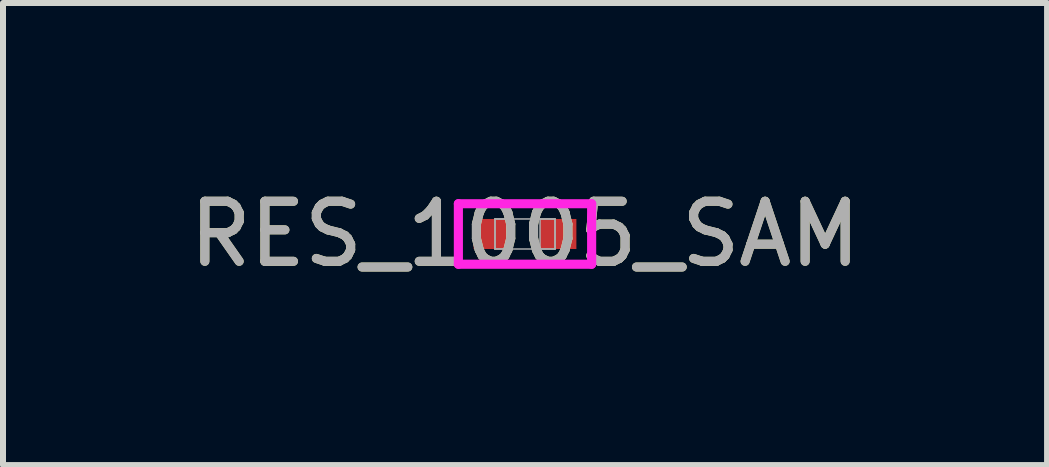
<source format=kicad_pcb>
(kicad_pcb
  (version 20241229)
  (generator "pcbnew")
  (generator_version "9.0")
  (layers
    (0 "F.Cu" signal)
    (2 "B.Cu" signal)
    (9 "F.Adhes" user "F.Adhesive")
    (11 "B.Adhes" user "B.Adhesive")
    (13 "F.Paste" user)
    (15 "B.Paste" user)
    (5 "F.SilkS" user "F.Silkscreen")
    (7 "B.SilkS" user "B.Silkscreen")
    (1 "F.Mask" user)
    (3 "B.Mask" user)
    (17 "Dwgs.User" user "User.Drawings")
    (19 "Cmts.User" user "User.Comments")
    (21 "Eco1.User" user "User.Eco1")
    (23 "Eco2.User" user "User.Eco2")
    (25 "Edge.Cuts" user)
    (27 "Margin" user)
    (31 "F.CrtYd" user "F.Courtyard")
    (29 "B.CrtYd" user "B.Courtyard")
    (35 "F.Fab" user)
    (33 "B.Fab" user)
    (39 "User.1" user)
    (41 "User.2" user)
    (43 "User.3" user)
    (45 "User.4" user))
  (footprint "RES_1005_SAM"
    (layer "F.Cu")
    (at 5.696 0.848)
    (property "Reference" "RES_1005_SAM" (at 0 0 0) (unlocked yes) (layer "F.SilkS") (effects (font (size 1 1) (thickness 0.15))))
    (attr smd)
    (fp_line (start -1.11 -0.504) (end 1.11 -0.504) (stroke (width 0.152) (type solid)) (layer "F.CrtYd"))
    (fp_line (start -1.11 0.504) (end -1.11 -0.504) (stroke (width 0.152) (type solid)) (layer "F.CrtYd"))
    (fp_line (start 1.11 -0.504) (end 1.11 0.504) (stroke (width 0.152) (type solid)) (layer "F.CrtYd"))
    (fp_line (start 1.11 0.504) (end -1.11 0.504) (stroke (width 0.152) (type solid)) (layer "F.CrtYd"))
    (fp_line (start -0.5 -0.25) (end -0.5 0.25) (stroke (width 0.025) (type solid)) (layer "F.Fab"))
    (fp_line (start -0.5 -0.25) (end -0.5 0.25) (stroke (width 0.025) (type solid)) (layer "F.Fab"))
    (fp_line (start -0.5 0.25) (end -0.25 0.25) (stroke (width 0.025) (type solid)) (layer "F.Fab"))
    (fp_line (start -0.5 0.25) (end 0.5 0.25) (stroke (width 0.025) (type solid)) (layer "F.Fab"))
    (fp_line (start -0.25 -0.25) (end -0.5 -0.25) (stroke (width 0.025) (type solid)) (layer "F.Fab"))
    (fp_line (start -0.25 0.25) (end -0.25 -0.25) (stroke (width 0.025) (type solid)) (layer "F.Fab"))
    (fp_line (start 0.25 -0.25) (end 0.25 0.25) (stroke (width 0.025) (type solid)) (layer "F.Fab"))
    (fp_line (start 0.25 0.25) (end 0.5 0.25) (stroke (width 0.025) (type solid)) (layer "F.Fab"))
    (fp_line (start 0.5 -0.25) (end -0.5 -0.25) (stroke (width 0.025) (type solid)) (layer "F.Fab"))
    (fp_line (start 0.5 -0.25) (end 0.25 -0.25) (stroke (width 0.025) (type solid)) (layer "F.Fab"))
    (fp_line (start 0.5 0.25) (end 0.5 -0.25) (stroke (width 0.025) (type solid)) (layer "F.Fab"))
    (fp_line (start 0.5 0.25) (end 0.5 -0.25) (stroke (width 0.025) (type solid)) (layer "F.Fab"))
    (fp_text user "${REFERENCE}" (at 0 0 0) (unlocked yes) (layer "F.Fab") (effects (font (size 1 1) (thickness 0.15))))
    (pad "1" smd rect (at -0.553 0) (size 0.606 0.5) (layers "F.Cu" "F.Mask" "F.Paste"))
    (pad "2" smd rect (at 0.553 0) (size 0.606 0.5) (layers "F.Cu" "F.Mask" "F.Paste"))
    (zone (net_name "") (layer "F.Cu") (hatch full 0.508) (connect_pads) (min_thickness 0.254) (filled_areas_thickness no) (keepout (tracks not_allowed) (vias not_allowed) (pads allowed) (copperpour not_allowed) (footprints allowed)) (placement (enabled no)) (fill) (polygon (pts (xy 5.497 0.649) (xy 5.896 0.649) (xy 5.896 1.047) (xy 5.497 1.047)))))
  (gr_rect
    (start -3 -3)
    (end 14.393 4.697)
    (stroke (width 0.1) (type default))
    (fill no)
    (layer "Edge.Cuts")))
</source>
